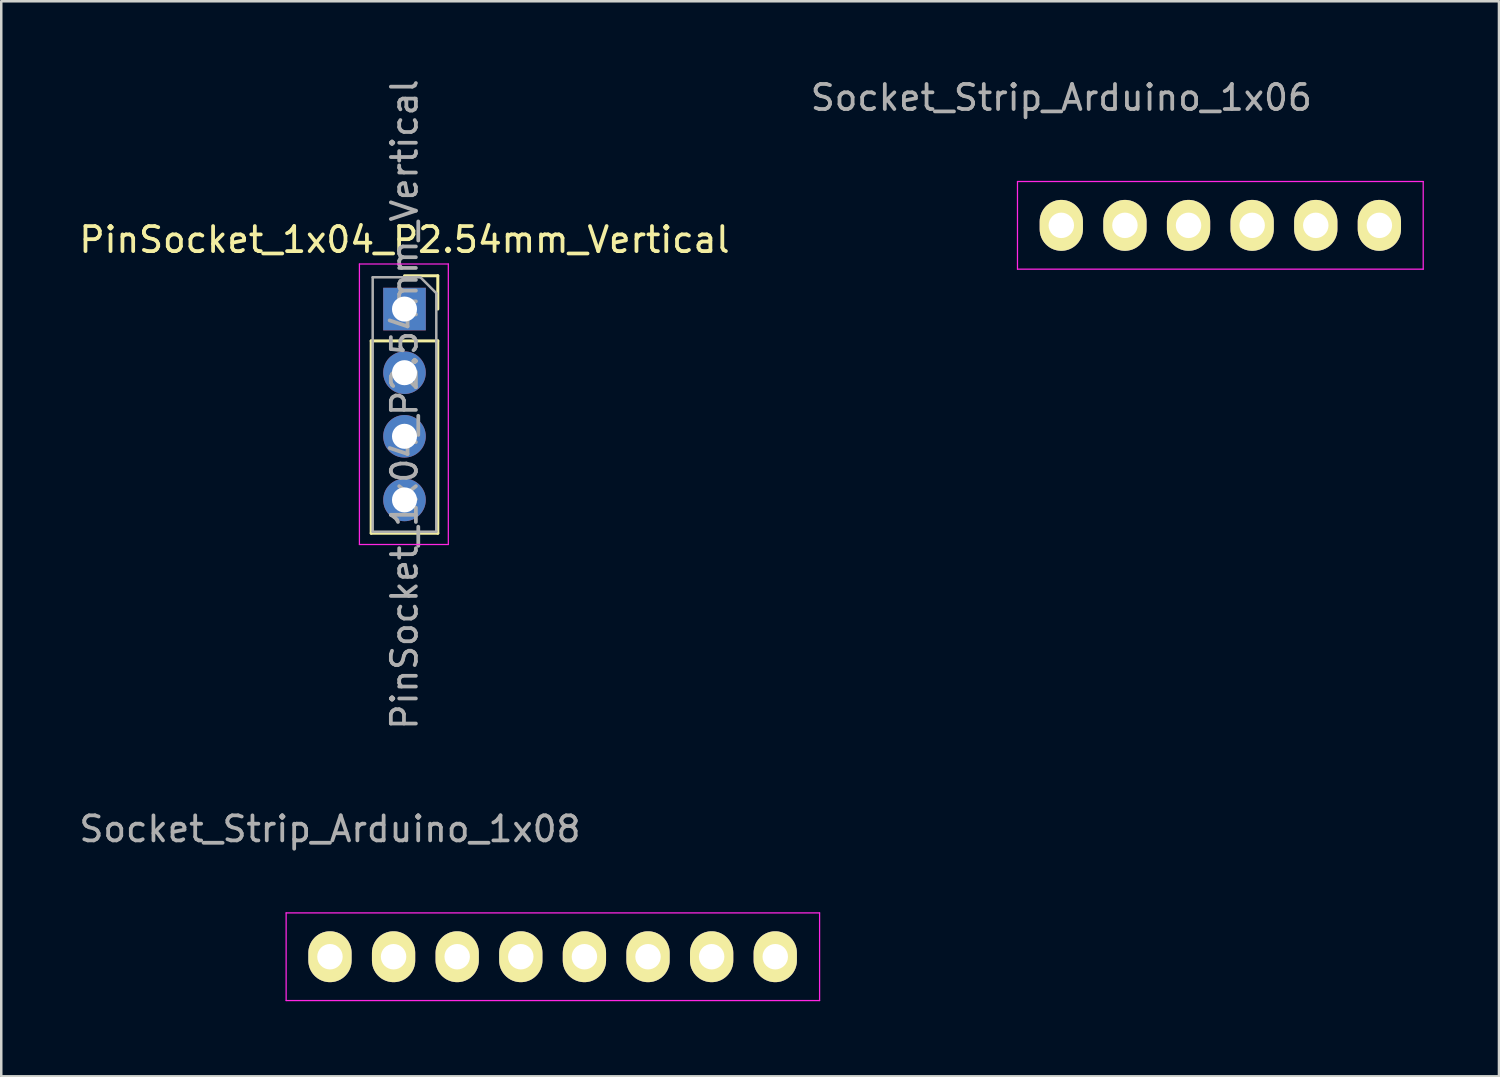
<source format=kicad_pcb>
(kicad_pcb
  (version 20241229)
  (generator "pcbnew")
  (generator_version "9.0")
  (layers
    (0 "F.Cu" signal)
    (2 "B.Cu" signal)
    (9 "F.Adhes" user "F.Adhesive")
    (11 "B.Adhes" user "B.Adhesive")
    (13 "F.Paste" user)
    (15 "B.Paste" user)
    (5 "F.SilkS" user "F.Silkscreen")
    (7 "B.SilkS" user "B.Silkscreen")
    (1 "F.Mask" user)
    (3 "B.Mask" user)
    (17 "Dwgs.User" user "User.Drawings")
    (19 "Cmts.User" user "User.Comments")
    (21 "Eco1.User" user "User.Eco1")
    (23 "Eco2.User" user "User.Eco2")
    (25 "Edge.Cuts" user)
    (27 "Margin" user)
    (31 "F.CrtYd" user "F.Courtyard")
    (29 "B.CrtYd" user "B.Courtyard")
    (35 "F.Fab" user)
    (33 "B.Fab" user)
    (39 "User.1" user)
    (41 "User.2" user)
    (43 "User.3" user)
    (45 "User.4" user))
  (footprint "Socket_Strip_Arduino_1x08"
    (layer "F.Cu")
    (at 10.125 35.151)
    (property "Reference" "Socket_Strip_Arduino_1x08" (at 0 -5.1 0) (layer "F.Fab") (effects (font (size 1 1) (thickness 0.15))))
    (attr through_hole)
    (fp_line (start -1.75 -1.75) (end -1.75 1.75) (stroke (width 0.05) (type solid)) (layer "F.CrtYd"))
    (fp_line (start -1.75 -1.75) (end 19.55 -1.75) (stroke (width 0.05) (type solid)) (layer "F.CrtYd"))
    (fp_line (start -1.75 1.75) (end 19.55 1.75) (stroke (width 0.05) (type solid)) (layer "F.CrtYd"))
    (fp_line (start 19.55 -1.75) (end 19.55 1.75) (stroke (width 0.05) (type solid)) (layer "F.CrtYd"))
    (pad "1" thru_hole oval (at 0 0) (size 1.727 2.032) (drill 1.016) (layers "*.Cu" "*.Mask" "F.SilkS"))
    (pad "2" thru_hole oval (at 2.54 0) (size 1.727 2.032) (drill 1.016) (layers "*.Cu" "*.Mask" "F.SilkS"))
    (pad "3" thru_hole oval (at 5.08 0) (size 1.727 2.032) (drill 1.016) (layers "*.Cu" "*.Mask" "F.SilkS"))
    (pad "4" thru_hole oval (at 7.62 0) (size 1.727 2.032) (drill 1.016) (layers "*.Cu" "*.Mask" "F.SilkS"))
    (pad "5" thru_hole oval (at 10.16 0) (size 1.727 2.032) (drill 1.016) (layers "*.Cu" "*.Mask" "F.SilkS"))
    (pad "6" thru_hole oval (at 12.7 0) (size 1.727 2.032) (drill 1.016) (layers "*.Cu" "*.Mask" "F.SilkS"))
    (pad "7" thru_hole oval (at 15.24 0) (size 1.727 2.032) (drill 1.016) (layers "*.Cu" "*.Mask" "F.SilkS"))
    (pad "8" thru_hole oval (at 17.78 0) (size 1.727 2.032) (drill 1.016) (layers "*.Cu" "*.Mask" "F.SilkS")))
  (footprint "PinSocket_1x04_P2.54mm_Vertical"
    (layer "F.Cu")
    (at 13.101 9.291)
    (property "Reference" "PinSocket_1x04_P2.54mm_Vertical" (at 0 -2.77 0) (layer "F.SilkS") (effects (font (size 1 1) (thickness 0.15))))
    (attr through_hole)
    (fp_line (start -1.33 1.27) (end -1.33 8.95) (stroke (width 0.12) (type solid)) (layer "F.SilkS"))
    (fp_line (start -1.33 1.27) (end 1.33 1.27) (stroke (width 0.12) (type solid)) (layer "F.SilkS"))
    (fp_line (start -1.33 8.95) (end 1.33 8.95) (stroke (width 0.12) (type solid)) (layer "F.SilkS"))
    (fp_line (start 0 -1.33) (end 1.33 -1.33) (stroke (width 0.12) (type solid)) (layer "F.SilkS"))
    (fp_line (start 1.33 -1.33) (end 1.33 0) (stroke (width 0.12) (type solid)) (layer "F.SilkS"))
    (fp_line (start 1.33 1.27) (end 1.33 8.95) (stroke (width 0.12) (type solid)) (layer "F.SilkS"))
    (fp_line (start -1.8 -1.8) (end 1.75 -1.8) (stroke (width 0.05) (type solid)) (layer "F.CrtYd"))
    (fp_line (start -1.8 9.4) (end -1.8 -1.8) (stroke (width 0.05) (type solid)) (layer "F.CrtYd"))
    (fp_line (start 1.75 -1.8) (end 1.75 9.4) (stroke (width 0.05) (type solid)) (layer "F.CrtYd"))
    (fp_line (start 1.75 9.4) (end -1.8 9.4) (stroke (width 0.05) (type solid)) (layer "F.CrtYd"))
    (fp_line (start -1.27 -1.27) (end 0.635 -1.27) (stroke (width 0.1) (type solid)) (layer "F.Fab"))
    (fp_line (start -1.27 8.89) (end -1.27 -1.27) (stroke (width 0.1) (type solid)) (layer "F.Fab"))
    (fp_line (start 0.635 -1.27) (end 1.27 -0.635) (stroke (width 0.1) (type solid)) (layer "F.Fab"))
    (fp_line (start 1.27 -0.635) (end 1.27 8.89) (stroke (width 0.1) (type solid)) (layer "F.Fab"))
    (fp_line (start 1.27 8.89) (end -1.27 8.89) (stroke (width 0.1) (type solid)) (layer "F.Fab"))
    (fp_text user "${REFERENCE}" (at 0 3.81 90) (layer "F.Fab") (effects (font (size 1 1) (thickness 0.15))))
    (pad "1" thru_hole rect (at 0 0) (size 1.7 1.7) (drill 1) (layers "*.Cu" "*.Mask"))
    (pad "2" thru_hole oval (at 0 2.54) (size 1.7 1.7) (drill 1) (layers "*.Cu" "*.Mask"))
    (pad "3" thru_hole oval (at 0 5.08) (size 1.7 1.7) (drill 1) (layers "*.Cu" "*.Mask"))
    (pad "4" thru_hole oval (at 0 7.62) (size 1.7 1.7) (drill 1) (layers "*.Cu" "*.Mask")))
  (footprint "Socket_Strip_Arduino_1x06"
    (layer "F.Cu")
    (at 39.327 5.948)
    (property "Reference" "Socket_Strip_Arduino_1x06" (at 0 -5.1 0) (layer "F.Fab") (effects (font (size 1 1) (thickness 0.15))))
    (attr through_hole)
    (fp_line (start -1.75 -1.75) (end -1.75 1.75) (stroke (width 0.05) (type solid)) (layer "F.CrtYd"))
    (fp_line (start -1.75 -1.75) (end 14.45 -1.75) (stroke (width 0.05) (type solid)) (layer "F.CrtYd"))
    (fp_line (start -1.75 1.75) (end 14.45 1.75) (stroke (width 0.05) (type solid)) (layer "F.CrtYd"))
    (fp_line (start 14.45 -1.75) (end 14.45 1.75) (stroke (width 0.05) (type solid)) (layer "F.CrtYd"))
    (pad "1" thru_hole oval (at 0 0) (size 1.727 2.032) (drill 1.016) (layers "*.Cu" "*.Mask" "F.SilkS"))
    (pad "2" thru_hole oval (at 2.54 0) (size 1.727 2.032) (drill 1.016) (layers "*.Cu" "*.Mask" "F.SilkS"))
    (pad "3" thru_hole oval (at 5.08 0) (size 1.727 2.032) (drill 1.016) (layers "*.Cu" "*.Mask" "F.SilkS"))
    (pad "4" thru_hole oval (at 7.62 0) (size 1.727 2.032) (drill 1.016) (layers "*.Cu" "*.Mask" "F.SilkS"))
    (pad "5" thru_hole oval (at 10.16 0) (size 1.727 2.032) (drill 1.016) (layers "*.Cu" "*.Mask" "F.SilkS"))
    (pad "6" thru_hole oval (at 12.7 0) (size 1.727 2.032) (drill 1.016) (layers "*.Cu" "*.Mask" "F.SilkS")))
  (gr_rect
    (start -3 -3)
    (end 56.802 39.926)
    (stroke (width 0.1) (type default))
    (fill no)
    (layer "Edge.Cuts")))
</source>
